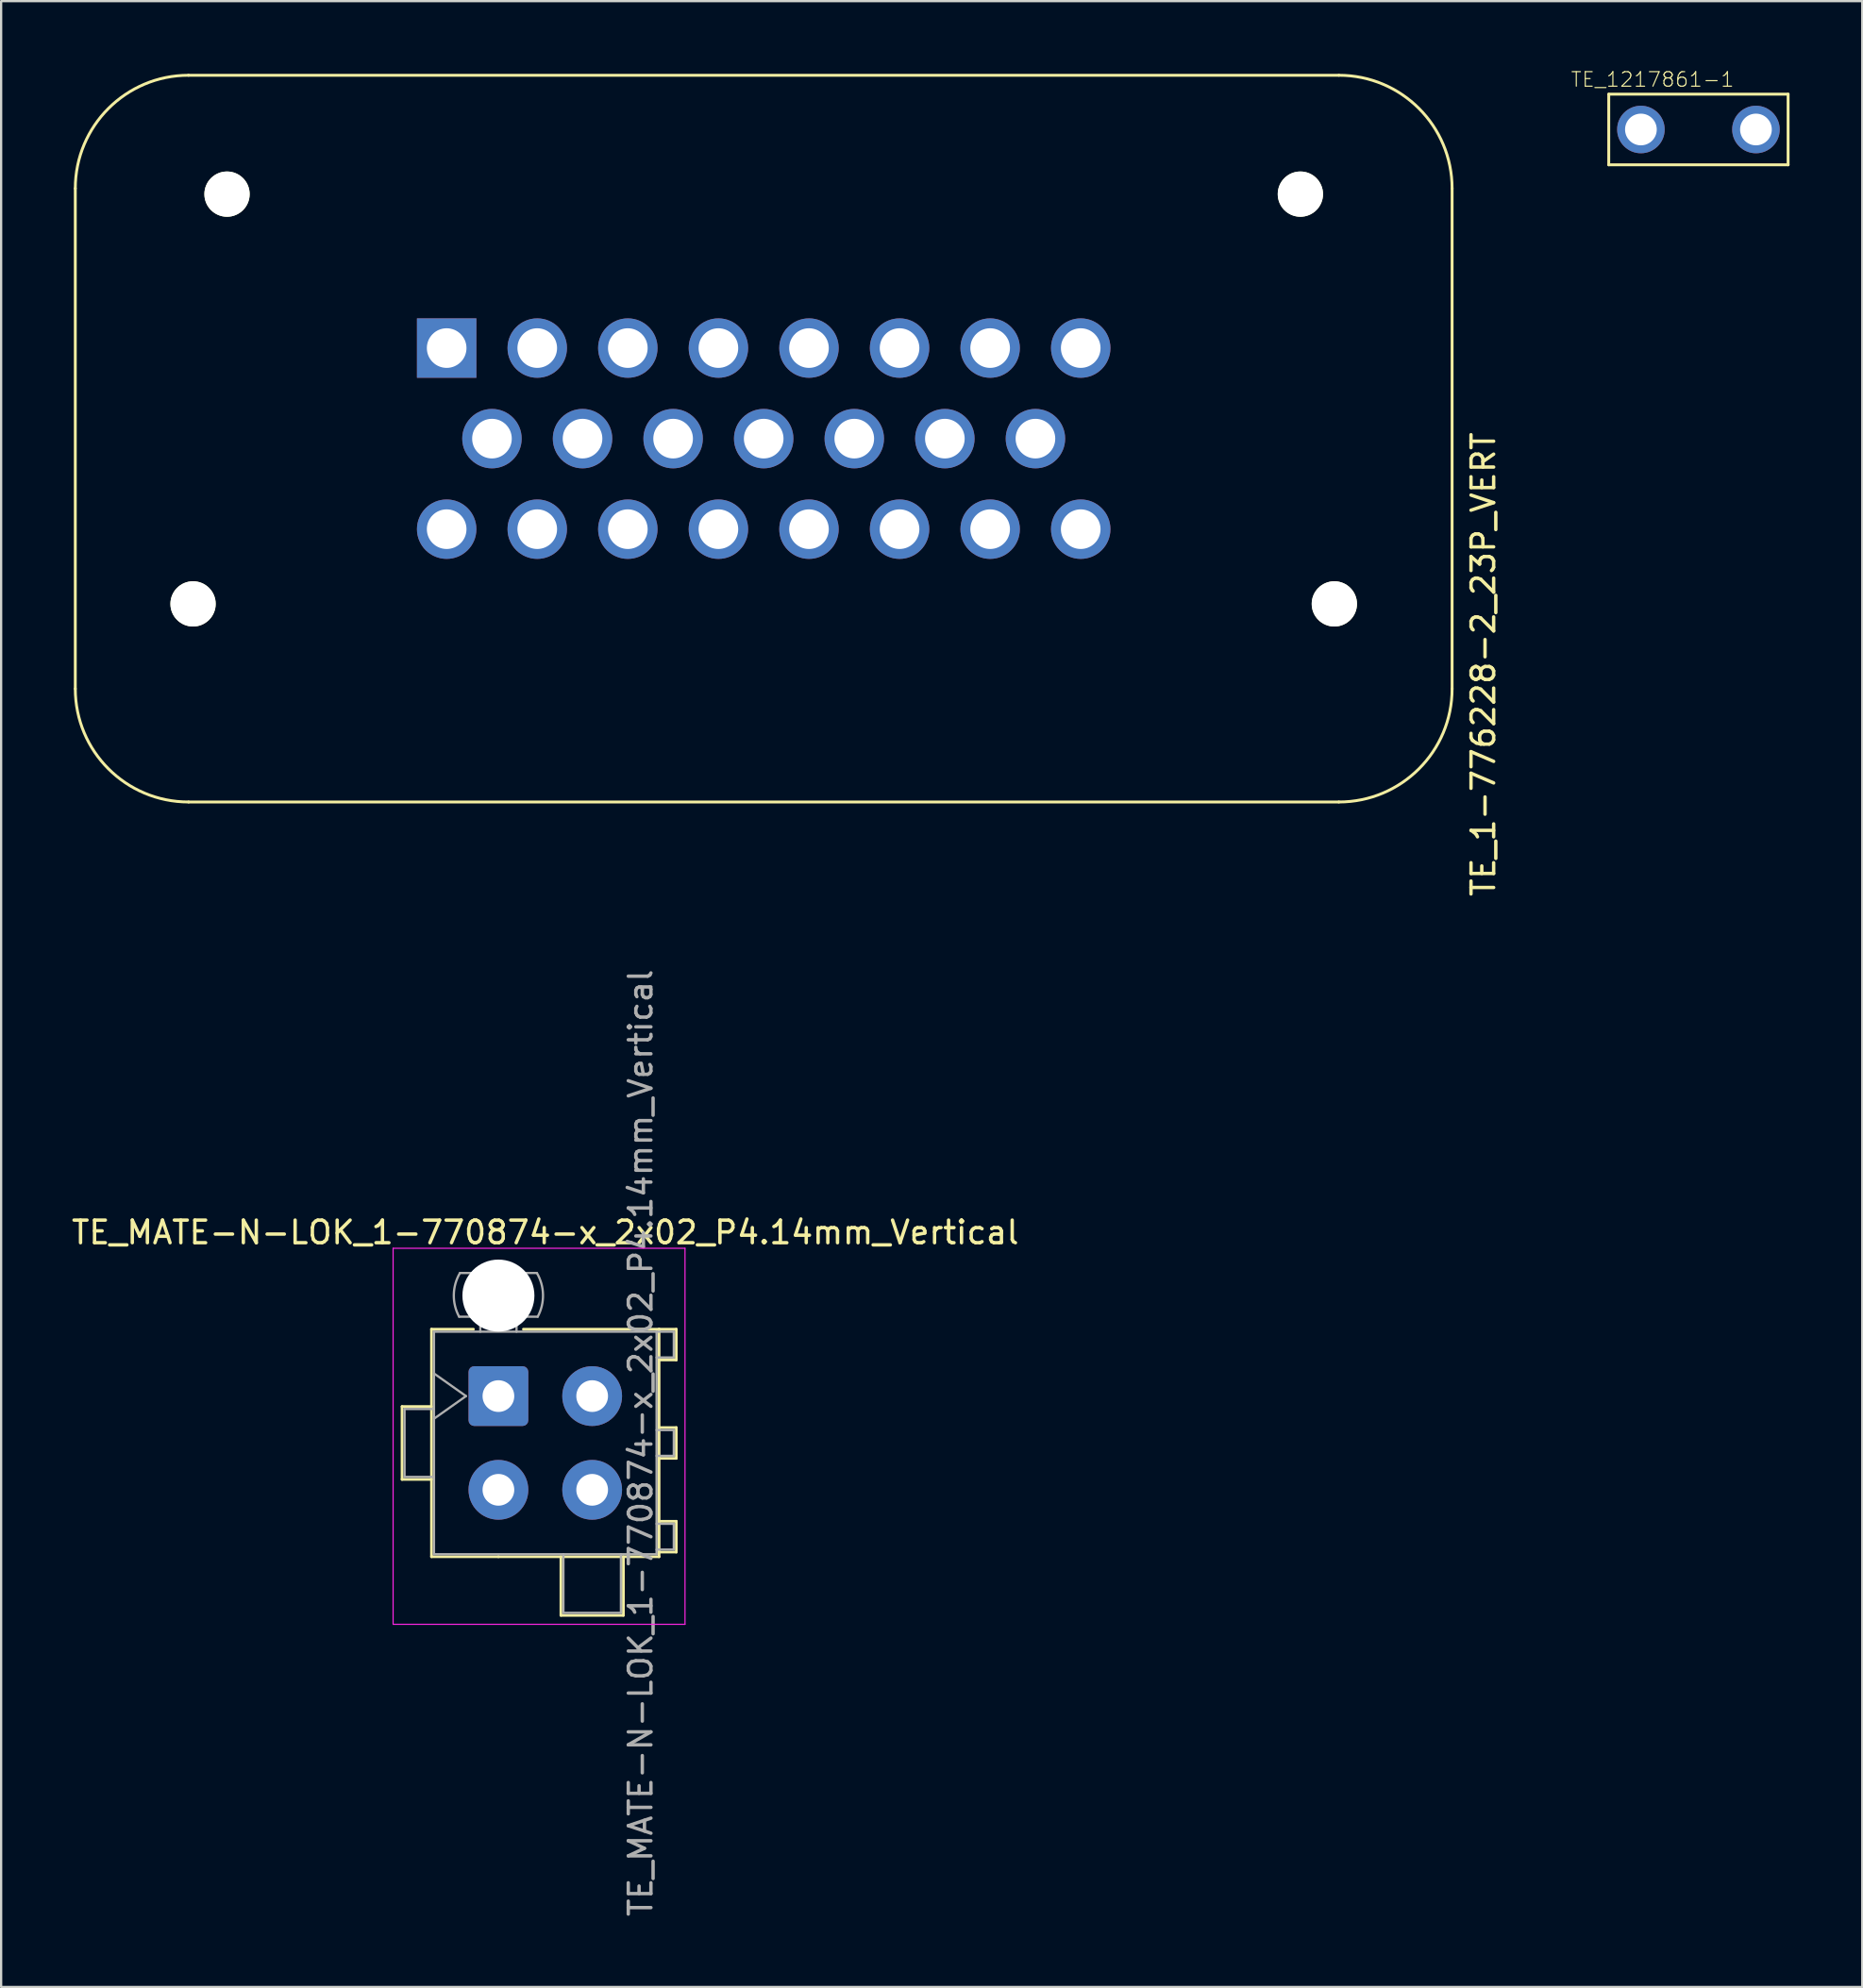
<source format=kicad_pcb>
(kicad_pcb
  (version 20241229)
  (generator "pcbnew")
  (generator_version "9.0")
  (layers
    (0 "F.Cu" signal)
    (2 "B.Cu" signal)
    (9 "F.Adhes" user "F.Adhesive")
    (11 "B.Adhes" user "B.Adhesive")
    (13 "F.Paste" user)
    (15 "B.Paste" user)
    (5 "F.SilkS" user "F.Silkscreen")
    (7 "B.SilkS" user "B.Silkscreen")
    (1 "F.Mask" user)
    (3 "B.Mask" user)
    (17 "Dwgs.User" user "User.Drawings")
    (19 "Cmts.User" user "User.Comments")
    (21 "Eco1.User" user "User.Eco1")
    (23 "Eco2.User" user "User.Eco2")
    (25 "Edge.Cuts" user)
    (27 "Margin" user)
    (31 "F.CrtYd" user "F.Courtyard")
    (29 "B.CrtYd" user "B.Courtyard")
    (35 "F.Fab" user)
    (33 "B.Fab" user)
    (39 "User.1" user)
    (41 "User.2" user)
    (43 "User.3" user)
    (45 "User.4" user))
  (footprint "TE_1217861-1"
    (layer "F.Cu")
    (at 71.953 2.67)
    (property "Reference" "TE_1217861-1" (at -2.026 -2.208 0) (layer "F.SilkS") (effects (font (size 0.64 0.64) (thickness 0.05))))
    (attr through_hole)
    (fp_line (start -3.96 -1.56) (end 3.96 -1.56) (stroke (width 0.127) (type solid)) (layer "F.SilkS"))
    (fp_line (start -3.96 1.56) (end -3.96 -1.56) (stroke (width 0.127) (type solid)) (layer "F.SilkS"))
    (fp_line (start 3.96 -1.56) (end 3.96 1.56) (stroke (width 0.127) (type solid)) (layer "F.SilkS"))
    (fp_line (start 3.96 1.56) (end -3.96 1.56) (stroke (width 0.127) (type solid)) (layer "F.SilkS"))
    (fp_line (start -4.21 -1.81) (end 4.21 -1.81) (stroke (width 0.05) (type solid)) (layer "Eco1.User"))
    (fp_line (start -4.21 1.81) (end -4.21 -1.81) (stroke (width 0.05) (type solid)) (layer "Eco1.User"))
    (fp_line (start 4.21 -1.81) (end 4.21 1.81) (stroke (width 0.05) (type solid)) (layer "Eco1.User"))
    (fp_line (start 4.21 1.81) (end -4.21 1.81) (stroke (width 0.05) (type solid)) (layer "Eco1.User"))
    (pad "1" thru_hole circle (at -2.54 0) (size 2.1 2.1) (drill 1.4) (layers "*.Cu" "*.Mask"))
    (pad "1" thru_hole circle (at 2.54 0) (size 2.1 2.1) (drill 1.4) (layers "*.Cu" "*.Mask")))
  (footprint "TE_1-776228-2_23P_VERT"
    (layer "F.Cu")
    (at 30.675 16.325)
    (property "Reference" "TE_1-776228-2_23P_VERT" (at 31.78 9.97 90) (layer "F.SilkS") (effects (font (size 1 1) (thickness 0.15))))
    (attr through_hole)
    (fp_line (start -30.4 -11.05) (end -30.4 11.05) (stroke (width 0.127) (type solid)) (layer "F.SilkS"))
    (fp_line (start -25.4 16.05) (end 25.4 16.05) (stroke (width 0.127) (type solid)) (layer "F.SilkS"))
    (fp_line (start 25.4 -16.05) (end -25.4 -16.05) (stroke (width 0.127) (type solid)) (layer "F.SilkS"))
    (fp_line (start 30.4 11.05) (end 30.4 -11.05) (stroke (width 0.127) (type solid)) (layer "F.SilkS"))
    (fp_arc (start -30.4 -11.05) (mid -28.935534 -14.585534) (end -25.4 -16.05) (stroke (width 0.127) (type solid)) (layer "F.SilkS"))
    (fp_arc (start -25.4 16.05) (mid -28.935534 14.585534) (end -30.4 11.05) (stroke (width 0.127) (type solid)) (layer "F.SilkS"))
    (fp_arc (start 25.4 -16.05) (mid 28.935534 -14.585534) (end 30.4 -11.05) (stroke (width 0.127) (type solid)) (layer "F.SilkS"))
    (fp_arc (start 30.4 11.05) (mid 28.935534 14.585534) (end 25.4 16.05) (stroke (width 0.127) (type solid)) (layer "F.SilkS"))
    (fp_line (start -30.65 -11.3) (end -30.65 11.3) (stroke (width 0.05) (type solid)) (layer "Eco1.User"))
    (fp_line (start -25.65 16.3) (end 25.65 16.3) (stroke (width 0.05) (type solid)) (layer "Eco1.User"))
    (fp_line (start 25.65 -16.3) (end -25.65 -16.3) (stroke (width 0.05) (type solid)) (layer "Eco1.User"))
    (fp_line (start 30.65 11.3) (end 30.65 -11.3) (stroke (width 0.05) (type solid)) (layer "Eco1.User"))
    (fp_arc (start -30.65 -11.3) (mid -29.185534 -14.835534) (end -25.65 -16.3) (stroke (width 0.05) (type solid)) (layer "Eco1.User"))
    (fp_arc (start -25.65 16.3) (mid -29.185534 14.835534) (end -30.65 11.3) (stroke (width 0.05) (type solid)) (layer "Eco1.User"))
    (fp_arc (start 25.65 -16.3) (mid 29.185534 -14.835534) (end 30.65 -11.3) (stroke (width 0.05) (type solid)) (layer "Eco1.User"))
    (fp_arc (start 30.65 11.3) (mid 29.185534 14.835534) (end 25.65 16.3) (stroke (width 0.05) (type solid)) (layer "Eco1.User"))
    (fp_line (start -30.4 -11.05) (end -30.4 11.05) (stroke (width 0.127) (type solid)) (layer "Eco2.User"))
    (fp_line (start -25.4 16.05) (end 25.4 16.05) (stroke (width 0.127) (type solid)) (layer "Eco2.User"))
    (fp_line (start 25.4 -16.05) (end -25.4 -16.05) (stroke (width 0.127) (type solid)) (layer "Eco2.User"))
    (fp_line (start 30.4 11.05) (end 30.4 -11.05) (stroke (width 0.127) (type solid)) (layer "Eco2.User"))
    (fp_arc (start -30.4 -11.05) (mid -28.935534 -14.585534) (end -25.4 -16.05) (stroke (width 0.127) (type solid)) (layer "Eco2.User"))
    (fp_arc (start -25.4 16.05) (mid -28.935534 14.585534) (end -30.4 11.05) (stroke (width 0.127) (type solid)) (layer "Eco2.User"))
    (fp_arc (start 25.4 -16.05) (mid 28.935534 -14.585534) (end 30.4 -11.05) (stroke (width 0.127) (type solid)) (layer "Eco2.User"))
    (fp_arc (start 30.4 11.05) (mid 28.935534 14.585534) (end 25.4 16.05) (stroke (width 0.127) (type solid)) (layer "Eco2.User"))
    (pad "" np_thru_hole circle (at -25.2 7.3) (size 2 2) (drill 2) (layers "*.Cu" "*.Mask" "F.SilkS"))
    (pad "" np_thru_hole circle (at -23.7 -10.8) (size 2 2) (drill 2) (layers "*.Cu" "*.Mask" "F.SilkS"))
    (pad "" np_thru_hole circle (at 23.7 -10.8) (size 2 2) (drill 2) (layers "*.Cu" "*.Mask" "F.SilkS"))
    (pad "" np_thru_hole circle (at 25.2 7.3) (size 2 2) (drill 2) (layers "*.Cu" "*.Mask" "F.SilkS"))
    (pad "1" thru_hole rect (at -14 -4) (size 2.625 2.625) (drill 1.75) (layers "*.Cu" "*.Mask"))
    (pad "2" thru_hole circle (at -10 -4) (size 2.625 2.625) (drill 1.75) (layers "*.Cu" "*.Mask"))
    (pad "3" thru_hole circle (at -6 -4) (size 2.625 2.625) (drill 1.75) (layers "*.Cu" "*.Mask"))
    (pad "4" thru_hole circle (at -2 -4) (size 2.625 2.625) (drill 1.75) (layers "*.Cu" "*.Mask"))
    (pad "5" thru_hole circle (at 2 -4) (size 2.625 2.625) (drill 1.75) (layers "*.Cu" "*.Mask"))
    (pad "6" thru_hole circle (at 6 -4) (size 2.625 2.625) (drill 1.75) (layers "*.Cu" "*.Mask"))
    (pad "7" thru_hole circle (at 10 -4) (size 2.625 2.625) (drill 1.75) (layers "*.Cu" "*.Mask"))
    (pad "8" thru_hole circle (at 14 -4) (size 2.625 2.625) (drill 1.75) (layers "*.Cu" "*.Mask"))
    (pad "9" thru_hole circle (at -12 0) (size 2.625 2.625) (drill 1.75) (layers "*.Cu" "*.Mask"))
    (pad "10" thru_hole circle (at -8 0) (size 2.625 2.625) (drill 1.75) (layers "*.Cu" "*.Mask"))
    (pad "11" thru_hole circle (at -4 0) (size 2.625 2.625) (drill 1.75) (layers "*.Cu" "*.Mask"))
    (pad "12" thru_hole circle (at 0 0) (size 2.625 2.625) (drill 1.75) (layers "*.Cu" "*.Mask"))
    (pad "13" thru_hole circle (at 4 0) (size 2.625 2.625) (drill 1.75) (layers "*.Cu" "*.Mask"))
    (pad "14" thru_hole circle (at 8 0) (size 2.625 2.625) (drill 1.75) (layers "*.Cu" "*.Mask"))
    (pad "15" thru_hole circle (at 12 0) (size 2.625 2.625) (drill 1.75) (layers "*.Cu" "*.Mask"))
    (pad "16" thru_hole circle (at -14 4) (size 2.625 2.625) (drill 1.75) (layers "*.Cu" "*.Mask"))
    (pad "17" thru_hole circle (at -10 4) (size 2.625 2.625) (drill 1.75) (layers "*.Cu" "*.Mask"))
    (pad "18" thru_hole circle (at -6 4) (size 2.625 2.625) (drill 1.75) (layers "*.Cu" "*.Mask"))
    (pad "19" thru_hole circle (at -2 4) (size 2.625 2.625) (drill 1.75) (layers "*.Cu" "*.Mask"))
    (pad "20" thru_hole circle (at 2 4) (size 2.625 2.625) (drill 1.75) (layers "*.Cu" "*.Mask"))
    (pad "21" thru_hole circle (at 6 4) (size 2.625 2.625) (drill 1.75) (layers "*.Cu" "*.Mask"))
    (pad "22" thru_hole circle (at 10 4) (size 2.625 2.625) (drill 1.75) (layers "*.Cu" "*.Mask"))
    (pad "23" thru_hole circle (at 14 4) (size 2.625 2.625) (drill 1.75) (layers "*.Cu" "*.Mask")))
  (footprint "TE_MATE-N-LOK_1-770874-x_2x02_P4.14mm_Vertical"
    (layer "F.Cu")
    (at 18.96 58.618)
    (property "Reference" "TE_MATE-N-LOK_1-770874-x_2x02_P4.14mm_Vertical" (at 2.07 -7.23 180) (layer "F.SilkS") (effects (font (size 1 1) (thickness 0.15))))
    (attr through_hole)
    (fp_line (start -4.255 0.46) (end -4.255 3.68) (stroke (width 0.12) (type solid)) (layer "F.SilkS"))
    (fp_line (start -4.255 3.68) (end -2.955 3.68) (stroke (width 0.12) (type solid)) (layer "F.SilkS"))
    (fp_line (start -2.955 -2.955) (end -2.955 7.095) (stroke (width 0.12) (type solid)) (layer "F.SilkS"))
    (fp_line (start -2.955 0.46) (end -4.255 0.46) (stroke (width 0.12) (type solid)) (layer "F.SilkS"))
    (fp_line (start -2.955 7.095) (end 0 7.095) (stroke (width 0.12) (type solid)) (layer "F.SilkS"))
    (fp_line (start -1.103 -2.955) (end -2.955 -2.955) (stroke (width 0.12) (type solid)) (layer "F.SilkS"))
    (fp_line (start 1.103 -2.955) (end 7.095 -2.955) (stroke (width 0.12) (type solid)) (layer "F.SilkS"))
    (fp_line (start 2.76 7.095) (end 2.76 9.686) (stroke (width 0.12) (type solid)) (layer "F.SilkS"))
    (fp_line (start 2.76 9.686) (end 5.52 9.686) (stroke (width 0.12) (type solid)) (layer "F.SilkS"))
    (fp_line (start 5.52 9.686) (end 5.52 7.095) (stroke (width 0.12) (type solid)) (layer "F.SilkS"))
    (fp_line (start 7.095 -2.955) (end 7.095 7.095) (stroke (width 0.12) (type solid)) (layer "F.SilkS"))
    (fp_line (start 7.095 -2.955) (end 7.855 -2.955) (stroke (width 0.12) (type solid)) (layer "F.SilkS"))
    (fp_line (start 7.095 1.39) (end 7.855 1.39) (stroke (width 0.12) (type solid)) (layer "F.SilkS"))
    (fp_line (start 7.095 5.53) (end 7.855 5.53) (stroke (width 0.12) (type solid)) (layer "F.SilkS"))
    (fp_line (start 7.095 7.095) (end 0 7.095) (stroke (width 0.12) (type solid)) (layer "F.SilkS"))
    (fp_line (start 7.855 -2.955) (end 7.855 -1.595) (stroke (width 0.12) (type solid)) (layer "F.SilkS"))
    (fp_line (start 7.855 -1.595) (end 7.095 -1.595) (stroke (width 0.12) (type solid)) (layer "F.SilkS"))
    (fp_line (start 7.855 1.39) (end 7.855 2.75) (stroke (width 0.12) (type solid)) (layer "F.SilkS"))
    (fp_line (start 7.855 2.75) (end 7.095 2.75) (stroke (width 0.12) (type solid)) (layer "F.SilkS"))
    (fp_line (start 7.855 5.53) (end 7.855 6.89) (stroke (width 0.12) (type solid)) (layer "F.SilkS"))
    (fp_line (start 7.855 6.89) (end 7.095 6.89) (stroke (width 0.12) (type solid)) (layer "F.SilkS"))
    (fp_line (start -4.65 -6.53) (end -4.65 10.08) (stroke (width 0.05) (type solid)) (layer "F.CrtYd"))
    (fp_line (start -4.65 10.08) (end 8.24 10.08) (stroke (width 0.05) (type solid)) (layer "F.CrtYd"))
    (fp_line (start 8.24 -6.53) (end -4.65 -6.53) (stroke (width 0.05) (type solid)) (layer "F.CrtYd"))
    (fp_line (start 8.24 10.08) (end 8.24 -6.53) (stroke (width 0.05) (type solid)) (layer "F.CrtYd"))
    (fp_line (start -4.145 0.57) (end -4.145 3.57) (stroke (width 0.1) (type solid)) (layer "F.Fab"))
    (fp_line (start -4.145 3.57) (end -2.845 3.57) (stroke (width 0.1) (type solid)) (layer "F.Fab"))
    (fp_line (start -2.845 -2.845) (end -2.845 6.985) (stroke (width 0.1) (type solid)) (layer "F.Fab"))
    (fp_line (start -2.845 -1) (end -1.431 0) (stroke (width 0.1) (type solid)) (layer "F.Fab"))
    (fp_line (start -2.845 0.57) (end -4.145 0.57) (stroke (width 0.1) (type solid)) (layer "F.Fab"))
    (fp_line (start -2.845 6.985) (end 6.985 6.985) (stroke (width 0.1) (type solid)) (layer "F.Fab"))
    (fp_line (start -1.431 0) (end -2.845 1) (stroke (width 0.1) (type solid)) (layer "F.Fab"))
    (fp_line (start -0.8 -2.845) (end -0.8 -3.505) (stroke (width 0.1) (type solid)) (layer "F.Fab"))
    (fp_line (start 0.8 -2.845) (end 0.8 -3.505) (stroke (width 0.1) (type solid)) (layer "F.Fab"))
    (fp_line (start 1.7 -5.436) (end -1.7 -5.436) (stroke (width 0.1) (type solid)) (layer "F.Fab"))
    (fp_line (start 1.734 -3.505) (end -1.734 -3.505) (stroke (width 0.1) (type solid)) (layer "F.Fab"))
    (fp_line (start 2.87 6.985) (end 2.87 9.576) (stroke (width 0.1) (type solid)) (layer "F.Fab"))
    (fp_line (start 2.87 9.576) (end 5.41 9.576) (stroke (width 0.1) (type solid)) (layer "F.Fab"))
    (fp_line (start 5.41 9.576) (end 5.41 6.985) (stroke (width 0.1) (type solid)) (layer "F.Fab"))
    (fp_line (start 6.985 -2.845) (end -2.845 -2.845) (stroke (width 0.1) (type solid)) (layer "F.Fab"))
    (fp_line (start 6.985 -2.845) (end 7.745 -2.845) (stroke (width 0.1) (type solid)) (layer "F.Fab"))
    (fp_line (start 6.985 1.5) (end 7.745 1.5) (stroke (width 0.1) (type solid)) (layer "F.Fab"))
    (fp_line (start 6.985 5.64) (end 7.745 5.64) (stroke (width 0.1) (type solid)) (layer "F.Fab"))
    (fp_line (start 6.985 6.985) (end 6.985 -2.845) (stroke (width 0.1) (type solid)) (layer "F.Fab"))
    (fp_line (start 7.745 -2.845) (end 7.745 -1.705) (stroke (width 0.1) (type solid)) (layer "F.Fab"))
    (fp_line (start 7.745 -1.705) (end 6.985 -1.705) (stroke (width 0.1) (type solid)) (layer "F.Fab"))
    (fp_line (start 7.745 1.5) (end 7.745 2.64) (stroke (width 0.1) (type solid)) (layer "F.Fab"))
    (fp_line (start 7.745 2.64) (end 6.985 2.64) (stroke (width 0.1) (type solid)) (layer "F.Fab"))
    (fp_line (start 7.745 5.64) (end 7.745 6.78) (stroke (width 0.1) (type solid)) (layer "F.Fab"))
    (fp_line (start 7.745 6.78) (end 6.985 6.78) (stroke (width 0.1) (type solid)) (layer "F.Fab"))
    (fp_arc (start -1.733977 -3.505) (mid -1.96969 -4.474992) (end -1.699672 -5.436) (stroke (width 0.1) (type solid)) (layer "F.Fab"))
    (fp_arc (start 1.699672 -5.436) (mid 1.969689 -4.474992) (end 1.733977 -3.505) (stroke (width 0.1) (type solid)) (layer "F.Fab"))
    (fp_text user "${REFERENCE}" (at 6.28 2.07 90) (layer "F.Fab") (effects (font (size 1 1) (thickness 0.15))))
    (pad "" np_thru_hole circle (at 0 -4.44) (size 3.18 3.18) (drill 3.18) (layers "*.Cu" "*.Mask"))
    (pad "1" thru_hole roundrect (at 0 0) (size 2.64 2.64) (drill 1.4) (layers "*.Cu" "*.Mask") (roundrect_rratio 0.095))
    (pad "2" thru_hole circle (at 0 4.14) (size 2.64 2.64) (drill 1.4) (layers "*.Cu" "*.Mask"))
    (pad "3" thru_hole circle (at 4.14 0) (size 2.64 2.64) (drill 1.4) (layers "*.Cu" "*.Mask"))
    (pad "4" thru_hole circle (at 4.14 4.14) (size 2.64 2.64) (drill 1.4) (layers "*.Cu" "*.Mask")))
  (gr_rect
    (start -3 -3)
    (end 79.188 84.718)
    (stroke (width 0.1) (type default))
    (fill no)
    (layer "Edge.Cuts")))
</source>
